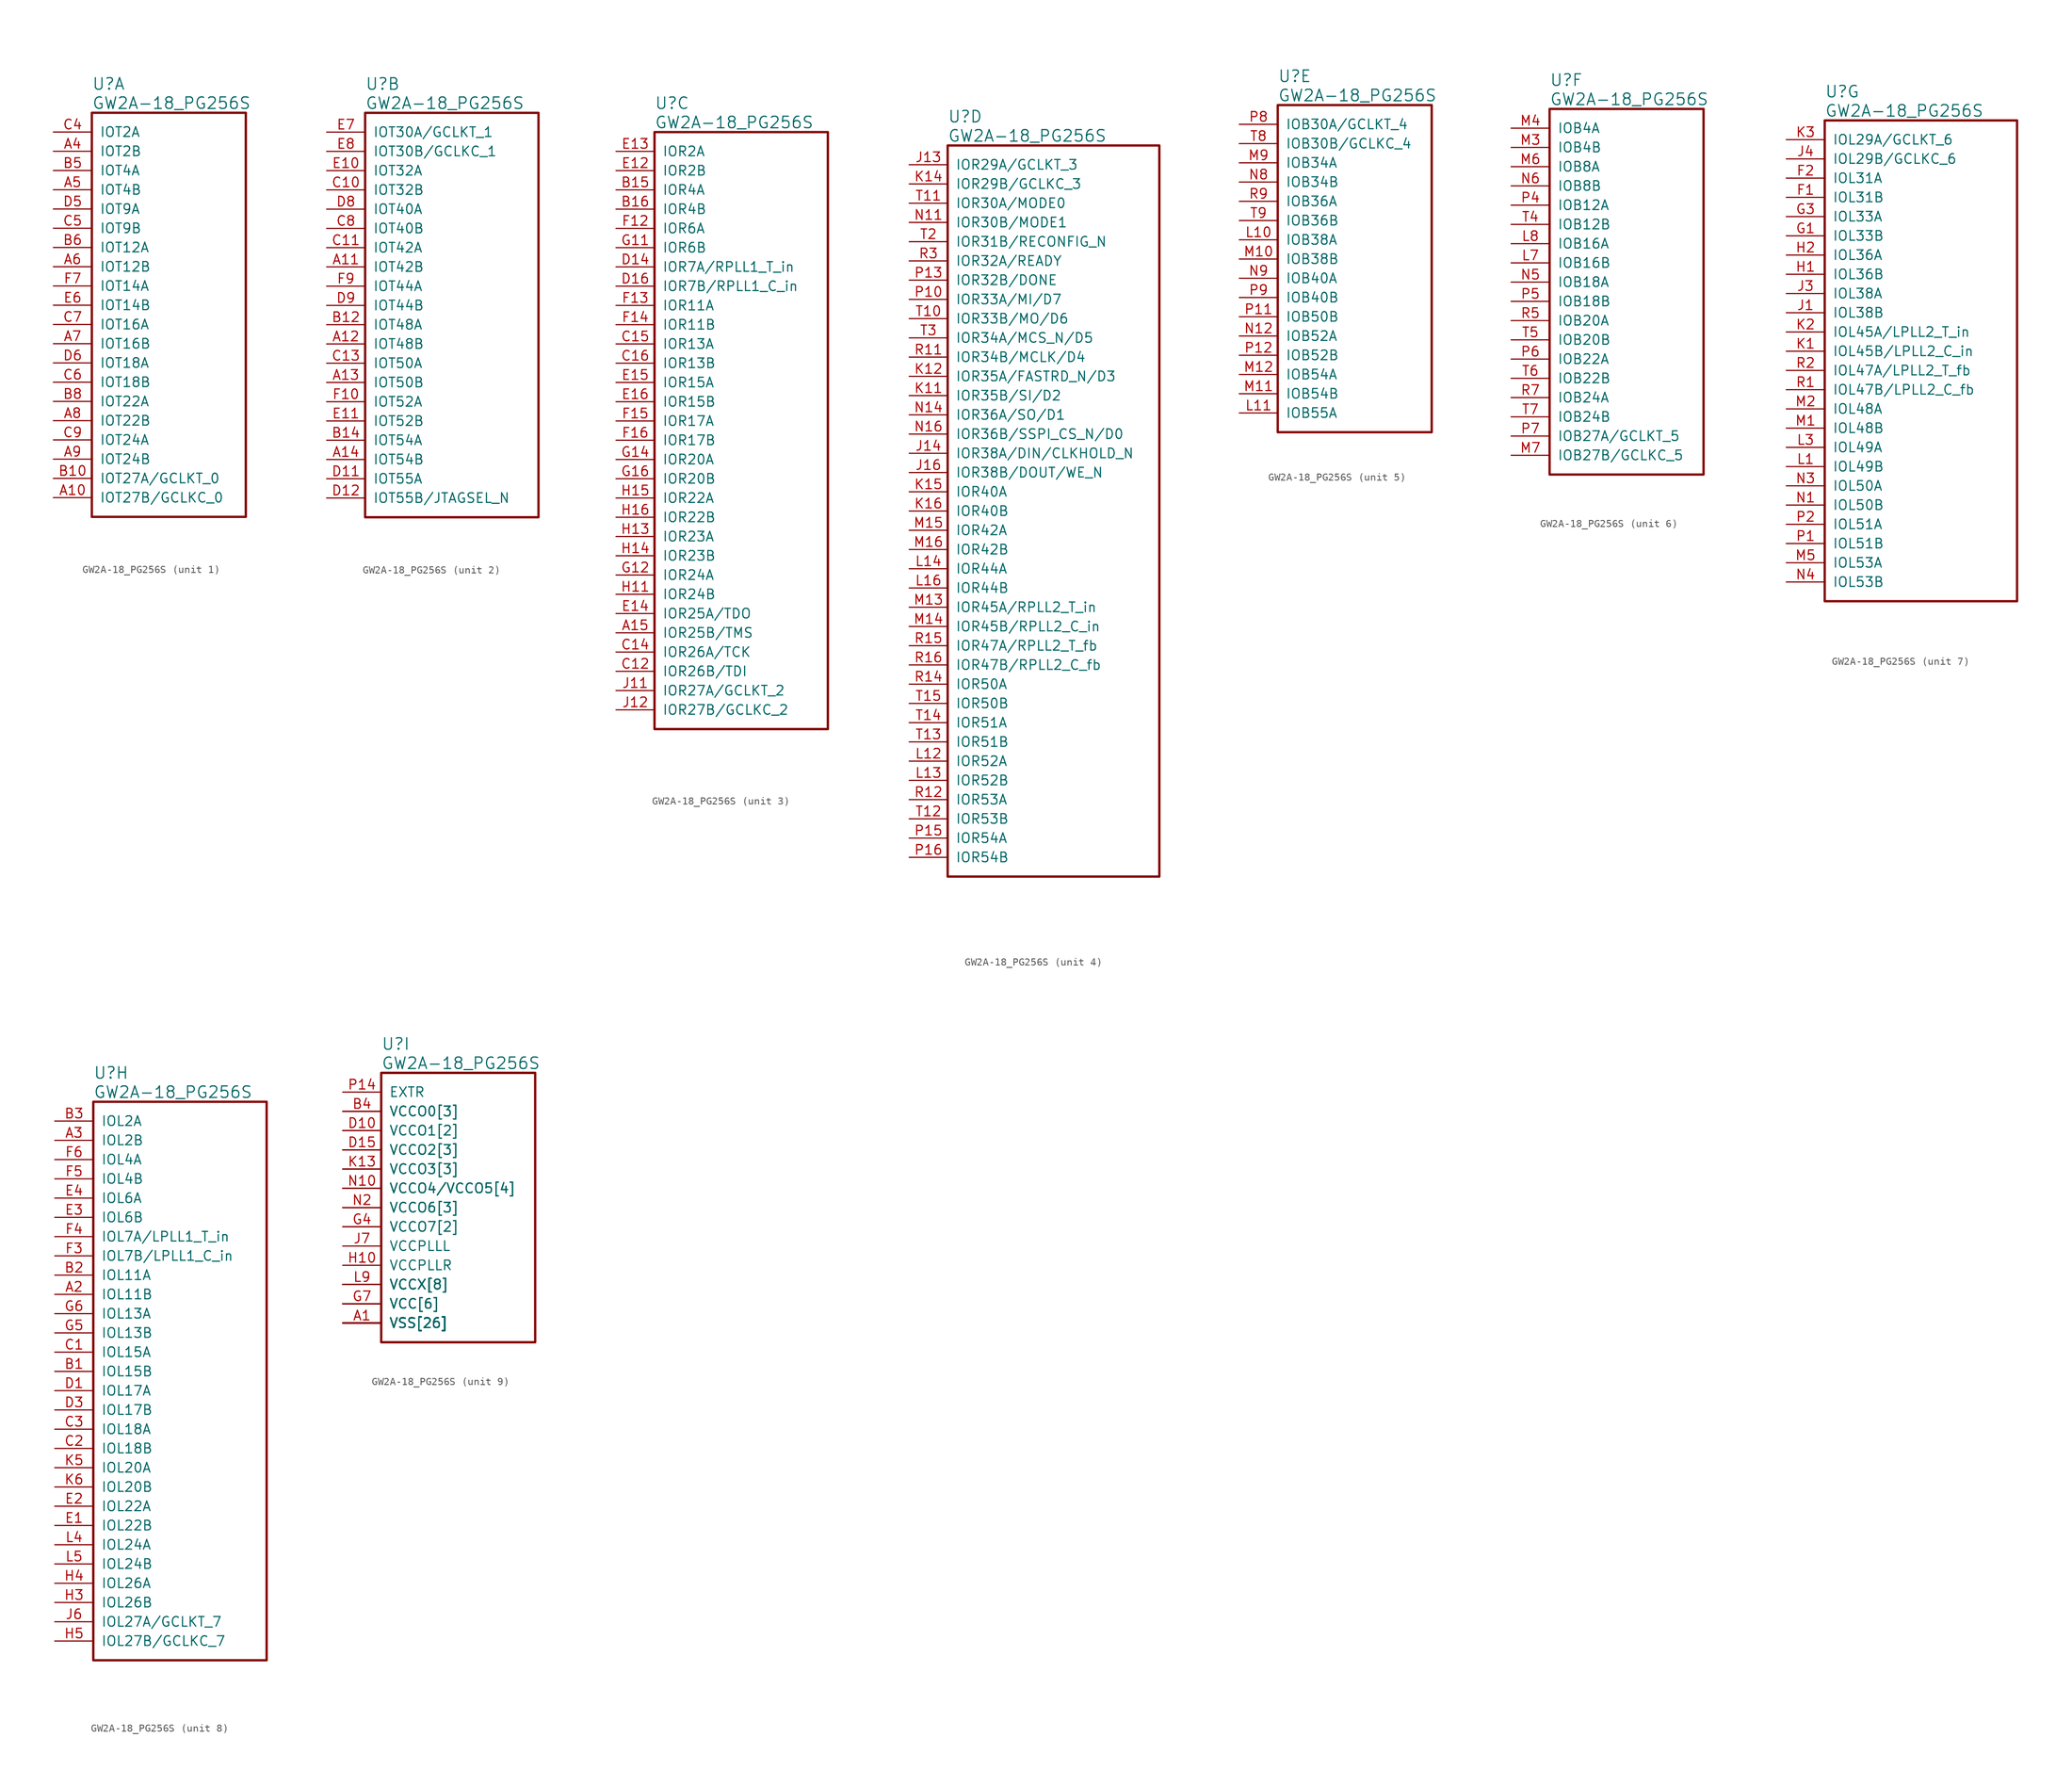
<source format=kicad_sym>
(kicad_symbol_lib
  (version 20220914)
  (generator kicad_symbol_editor)
  (symbol "GW2A-18_PG256S"
    (pin_names
      (offset 1.016))
    (property "Reference" "U"
      (at 5.08 6.35 0)
      (effects (font (size 1.524 1.524)) (justify left)))
    (property "Value" "GW2A-18_PG256S"
      (at 5.08 3.81 0)
      (effects (font (size 1.524 1.524)) (justify left)))
    (property "ki_locked" ""
      (at 0 0 0)
      (effects (font (size 1.27 1.27))))
    (symbol "GW2A-18_PG256S_1_1"
      (rectangle (start 5.08 2.54) (end 25.4 -50.8) (stroke (width 0.305) (type solid)) (fill (type none)))
      (pin bidirectional line (at 0 -48.26 0) (length 5.08) (name "IOT27B/GCLKC_0" (effects (font (size 1.27 1.27)))) (number "A10" (effects (font (size 1.27 1.27)))))
      (pin bidirectional line (at 0 -2.54 0) (length 5.08) (name "IOT2B" (effects (font (size 1.27 1.27)))) (number "A4" (effects (font (size 1.27 1.27)))))
      (pin bidirectional line (at 0 -7.62 0) (length 5.08) (name "IOT4B" (effects (font (size 1.27 1.27)))) (number "A5" (effects (font (size 1.27 1.27)))))
      (pin bidirectional line (at 0 -17.78 0) (length 5.08) (name "IOT12B" (effects (font (size 1.27 1.27)))) (number "A6" (effects (font (size 1.27 1.27)))))
      (pin bidirectional line (at 0 -27.94 0) (length 5.08) (name "IOT16B" (effects (font (size 1.27 1.27)))) (number "A7" (effects (font (size 1.27 1.27)))))
      (pin bidirectional line (at 0 -38.1 0) (length 5.08) (name "IOT22B" (effects (font (size 1.27 1.27)))) (number "A8" (effects (font (size 1.27 1.27)))))
      (pin bidirectional line (at 0 -43.18 0) (length 5.08) (name "IOT24B" (effects (font (size 1.27 1.27)))) (number "A9" (effects (font (size 1.27 1.27)))))
      (pin bidirectional line (at 0 -45.72 0) (length 5.08) (name "IOT27A/GCLKT_0" (effects (font (size 1.27 1.27)))) (number "B10" (effects (font (size 1.27 1.27)))))
      (pin bidirectional line (at 0 -5.08 0) (length 5.08) (name "IOT4A" (effects (font (size 1.27 1.27)))) (number "B5" (effects (font (size 1.27 1.27)))))
      (pin bidirectional line (at 0 -15.24 0) (length 5.08) (name "IOT12A" (effects (font (size 1.27 1.27)))) (number "B6" (effects (font (size 1.27 1.27)))))
      (pin bidirectional line (at 0 -35.56 0) (length 5.08) (name "IOT22A" (effects (font (size 1.27 1.27)))) (number "B8" (effects (font (size 1.27 1.27)))))
      (pin bidirectional line (at 0 0 0) (length 5.08) (name "IOT2A" (effects (font (size 1.27 1.27)))) (number "C4" (effects (font (size 1.27 1.27)))))
      (pin bidirectional line (at 0 -12.7 0) (length 5.08) (name "IOT9B" (effects (font (size 1.27 1.27)))) (number "C5" (effects (font (size 1.27 1.27)))))
      (pin bidirectional line (at 0 -33.02 0) (length 5.08) (name "IOT18B" (effects (font (size 1.27 1.27)))) (number "C6" (effects (font (size 1.27 1.27)))))
      (pin bidirectional line (at 0 -25.4 0) (length 5.08) (name "IOT16A" (effects (font (size 1.27 1.27)))) (number "C7" (effects (font (size 1.27 1.27)))))
      (pin bidirectional line (at 0 -40.64 0) (length 5.08) (name "IOT24A" (effects (font (size 1.27 1.27)))) (number "C9" (effects (font (size 1.27 1.27)))))
      (pin bidirectional line (at 0 -10.16 0) (length 5.08) (name "IOT9A" (effects (font (size 1.27 1.27)))) (number "D5" (effects (font (size 1.27 1.27)))))
      (pin bidirectional line (at 0 -30.48 0) (length 5.08) (name "IOT18A" (effects (font (size 1.27 1.27)))) (number "D6" (effects (font (size 1.27 1.27)))))
      (pin bidirectional line (at 0 -22.86 0) (length 5.08) (name "IOT14B" (effects (font (size 1.27 1.27)))) (number "E6" (effects (font (size 1.27 1.27)))))
      (pin bidirectional line (at 0 -20.32 0) (length 5.08) (name "IOT14A" (effects (font (size 1.27 1.27)))) (number "F7" (effects (font (size 1.27 1.27))))))
    (symbol "GW2A-18_PG256S_2_1"
      (rectangle (start 5.08 2.54) (end 27.94 -50.8) (stroke (width 0.305) (type solid)) (fill (type none)))
      (pin bidirectional line (at 0 -17.78 0) (length 5.08) (name "IOT42B" (effects (font (size 1.27 1.27)))) (number "A11" (effects (font (size 1.27 1.27)))))
      (pin bidirectional line (at 0 -27.94 0) (length 5.08) (name "IOT48B" (effects (font (size 1.27 1.27)))) (number "A12" (effects (font (size 1.27 1.27)))))
      (pin bidirectional line (at 0 -33.02 0) (length 5.08) (name "IOT50B" (effects (font (size 1.27 1.27)))) (number "A13" (effects (font (size 1.27 1.27)))))
      (pin bidirectional line (at 0 -43.18 0) (length 5.08) (name "IOT54B" (effects (font (size 1.27 1.27)))) (number "A14" (effects (font (size 1.27 1.27)))))
      (pin bidirectional line (at 0 -25.4 0) (length 5.08) (name "IOT48A" (effects (font (size 1.27 1.27)))) (number "B12" (effects (font (size 1.27 1.27)))))
      (pin bidirectional line (at 0 -40.64 0) (length 5.08) (name "IOT54A" (effects (font (size 1.27 1.27)))) (number "B14" (effects (font (size 1.27 1.27)))))
      (pin bidirectional line (at 0 -7.62 0) (length 5.08) (name "IOT32B" (effects (font (size 1.27 1.27)))) (number "C10" (effects (font (size 1.27 1.27)))))
      (pin bidirectional line (at 0 -15.24 0) (length 5.08) (name "IOT42A" (effects (font (size 1.27 1.27)))) (number "C11" (effects (font (size 1.27 1.27)))))
      (pin bidirectional line (at 0 -30.48 0) (length 5.08) (name "IOT50A" (effects (font (size 1.27 1.27)))) (number "C13" (effects (font (size 1.27 1.27)))))
      (pin bidirectional line (at 0 -12.7 0) (length 5.08) (name "IOT40B" (effects (font (size 1.27 1.27)))) (number "C8" (effects (font (size 1.27 1.27)))))
      (pin bidirectional line (at 0 -45.72 0) (length 5.08) (name "IOT55A" (effects (font (size 1.27 1.27)))) (number "D11" (effects (font (size 1.27 1.27)))))
      (pin bidirectional line (at 0 -48.26 0) (length 5.08) (name "IOT55B/JTAGSEL_N" (effects (font (size 1.27 1.27)))) (number "D12" (effects (font (size 1.27 1.27)))))
      (pin bidirectional line (at 0 -10.16 0) (length 5.08) (name "IOT40A" (effects (font (size 1.27 1.27)))) (number "D8" (effects (font (size 1.27 1.27)))))
      (pin bidirectional line (at 0 -22.86 0) (length 5.08) (name "IOT44B" (effects (font (size 1.27 1.27)))) (number "D9" (effects (font (size 1.27 1.27)))))
      (pin bidirectional line (at 0 -5.08 0) (length 5.08) (name "IOT32A" (effects (font (size 1.27 1.27)))) (number "E10" (effects (font (size 1.27 1.27)))))
      (pin bidirectional line (at 0 -38.1 0) (length 5.08) (name "IOT52B" (effects (font (size 1.27 1.27)))) (number "E11" (effects (font (size 1.27 1.27)))))
      (pin bidirectional line (at 0 0 0) (length 5.08) (name "IOT30A/GCLKT_1" (effects (font (size 1.27 1.27)))) (number "E7" (effects (font (size 1.27 1.27)))))
      (pin bidirectional line (at 0 -2.54 0) (length 5.08) (name "IOT30B/GCLKC_1" (effects (font (size 1.27 1.27)))) (number "E8" (effects (font (size 1.27 1.27)))))
      (pin bidirectional line (at 0 -35.56 0) (length 5.08) (name "IOT52A" (effects (font (size 1.27 1.27)))) (number "F10" (effects (font (size 1.27 1.27)))))
      (pin bidirectional line (at 0 -20.32 0) (length 5.08) (name "IOT44A" (effects (font (size 1.27 1.27)))) (number "F9" (effects (font (size 1.27 1.27))))))
    (symbol "GW2A-18_PG256S_3_1"
      (rectangle (start 5.08 2.54) (end 27.94 -76.2) (stroke (width 0.305) (type solid)) (fill (type none)))
      (pin bidirectional line (at 0 -63.5 0) (length 5.08) (name "IOR25B/TMS" (effects (font (size 1.27 1.27)))) (number "A15" (effects (font (size 1.27 1.27)))))
      (pin bidirectional line (at 0 -5.08 0) (length 5.08) (name "IOR4A" (effects (font (size 1.27 1.27)))) (number "B15" (effects (font (size 1.27 1.27)))))
      (pin bidirectional line (at 0 -7.62 0) (length 5.08) (name "IOR4B" (effects (font (size 1.27 1.27)))) (number "B16" (effects (font (size 1.27 1.27)))))
      (pin bidirectional line (at 0 -68.58 0) (length 5.08) (name "IOR26B/TDI" (effects (font (size 1.27 1.27)))) (number "C12" (effects (font (size 1.27 1.27)))))
      (pin bidirectional line (at 0 -66.04 0) (length 5.08) (name "IOR26A/TCK" (effects (font (size 1.27 1.27)))) (number "C14" (effects (font (size 1.27 1.27)))))
      (pin bidirectional line (at 0 -25.4 0) (length 5.08) (name "IOR13A" (effects (font (size 1.27 1.27)))) (number "C15" (effects (font (size 1.27 1.27)))))
      (pin bidirectional line (at 0 -27.94 0) (length 5.08) (name "IOR13B" (effects (font (size 1.27 1.27)))) (number "C16" (effects (font (size 1.27 1.27)))))
      (pin bidirectional line (at 0 -15.24 0) (length 5.08) (name "IOR7A/RPLL1_T_in" (effects (font (size 1.27 1.27)))) (number "D14" (effects (font (size 1.27 1.27)))))
      (pin bidirectional line (at 0 -17.78 0) (length 5.08) (name "IOR7B/RPLL1_C_in" (effects (font (size 1.27 1.27)))) (number "D16" (effects (font (size 1.27 1.27)))))
      (pin bidirectional line (at 0 -2.54 0) (length 5.08) (name "IOR2B" (effects (font (size 1.27 1.27)))) (number "E12" (effects (font (size 1.27 1.27)))))
      (pin bidirectional line (at 0 0 0) (length 5.08) (name "IOR2A" (effects (font (size 1.27 1.27)))) (number "E13" (effects (font (size 1.27 1.27)))))
      (pin bidirectional line (at 0 -60.96 0) (length 5.08) (name "IOR25A/TDO" (effects (font (size 1.27 1.27)))) (number "E14" (effects (font (size 1.27 1.27)))))
      (pin bidirectional line (at 0 -30.48 0) (length 5.08) (name "IOR15A" (effects (font (size 1.27 1.27)))) (number "E15" (effects (font (size 1.27 1.27)))))
      (pin bidirectional line (at 0 -33.02 0) (length 5.08) (name "IOR15B" (effects (font (size 1.27 1.27)))) (number "E16" (effects (font (size 1.27 1.27)))))
      (pin bidirectional line (at 0 -10.16 0) (length 5.08) (name "IOR6A" (effects (font (size 1.27 1.27)))) (number "F12" (effects (font (size 1.27 1.27)))))
      (pin bidirectional line (at 0 -20.32 0) (length 5.08) (name "IOR11A" (effects (font (size 1.27 1.27)))) (number "F13" (effects (font (size 1.27 1.27)))))
      (pin bidirectional line (at 0 -22.86 0) (length 5.08) (name "IOR11B" (effects (font (size 1.27 1.27)))) (number "F14" (effects (font (size 1.27 1.27)))))
      (pin bidirectional line (at 0 -35.56 0) (length 5.08) (name "IOR17A" (effects (font (size 1.27 1.27)))) (number "F15" (effects (font (size 1.27 1.27)))))
      (pin bidirectional line (at 0 -38.1 0) (length 5.08) (name "IOR17B" (effects (font (size 1.27 1.27)))) (number "F16" (effects (font (size 1.27 1.27)))))
      (pin bidirectional line (at 0 -12.7 0) (length 5.08) (name "IOR6B" (effects (font (size 1.27 1.27)))) (number "G11" (effects (font (size 1.27 1.27)))))
      (pin bidirectional line (at 0 -55.88 0) (length 5.08) (name "IOR24A" (effects (font (size 1.27 1.27)))) (number "G12" (effects (font (size 1.27 1.27)))))
      (pin bidirectional line (at 0 -40.64 0) (length 5.08) (name "IOR20A" (effects (font (size 1.27 1.27)))) (number "G14" (effects (font (size 1.27 1.27)))))
      (pin bidirectional line (at 0 -43.18 0) (length 5.08) (name "IOR20B" (effects (font (size 1.27 1.27)))) (number "G16" (effects (font (size 1.27 1.27)))))
      (pin bidirectional line (at 0 -58.42 0) (length 5.08) (name "IOR24B" (effects (font (size 1.27 1.27)))) (number "H11" (effects (font (size 1.27 1.27)))))
      (pin bidirectional line (at 0 -50.8 0) (length 5.08) (name "IOR23A" (effects (font (size 1.27 1.27)))) (number "H13" (effects (font (size 1.27 1.27)))))
      (pin bidirectional line (at 0 -53.34 0) (length 5.08) (name "IOR23B" (effects (font (size 1.27 1.27)))) (number "H14" (effects (font (size 1.27 1.27)))))
      (pin bidirectional line (at 0 -45.72 0) (length 5.08) (name "IOR22A" (effects (font (size 1.27 1.27)))) (number "H15" (effects (font (size 1.27 1.27)))))
      (pin bidirectional line (at 0 -48.26 0) (length 5.08) (name "IOR22B" (effects (font (size 1.27 1.27)))) (number "H16" (effects (font (size 1.27 1.27)))))
      (pin bidirectional line (at 0 -71.12 0) (length 5.08) (name "IOR27A/GCLKT_2" (effects (font (size 1.27 1.27)))) (number "J11" (effects (font (size 1.27 1.27)))))
      (pin bidirectional line (at 0 -73.66 0) (length 5.08) (name "IOR27B/GCLKC_2" (effects (font (size 1.27 1.27)))) (number "J12" (effects (font (size 1.27 1.27))))))
    (symbol "GW2A-18_PG256S_4_1"
      (rectangle (start 5.08 2.54) (end 33.02 -93.98) (stroke (width 0.305) (type solid)) (fill (type none)))
      (pin bidirectional line (at 0 0 0) (length 5.08) (name "IOR29A/GCLKT_3" (effects (font (size 1.27 1.27)))) (number "J13" (effects (font (size 1.27 1.27)))))
      (pin bidirectional line (at 0 -38.1 0) (length 5.08) (name "IOR38A/DIN/CLKHOLD_N" (effects (font (size 1.27 1.27)))) (number "J14" (effects (font (size 1.27 1.27)))))
      (pin bidirectional line (at 0 -40.64 0) (length 5.08) (name "IOR38B/DOUT/WE_N" (effects (font (size 1.27 1.27)))) (number "J16" (effects (font (size 1.27 1.27)))))
      (pin bidirectional line (at 0 -30.48 0) (length 5.08) (name "IOR35B/SI/D2" (effects (font (size 1.27 1.27)))) (number "K11" (effects (font (size 1.27 1.27)))))
      (pin bidirectional line (at 0 -27.94 0) (length 5.08) (name "IOR35A/FASTRD_N/D3" (effects (font (size 1.27 1.27)))) (number "K12" (effects (font (size 1.27 1.27)))))
      (pin bidirectional line (at 0 -2.54 0) (length 5.08) (name "IOR29B/GCLKC_3" (effects (font (size 1.27 1.27)))) (number "K14" (effects (font (size 1.27 1.27)))))
      (pin bidirectional line (at 0 -43.18 0) (length 5.08) (name "IOR40A" (effects (font (size 1.27 1.27)))) (number "K15" (effects (font (size 1.27 1.27)))))
      (pin bidirectional line (at 0 -45.72 0) (length 5.08) (name "IOR40B" (effects (font (size 1.27 1.27)))) (number "K16" (effects (font (size 1.27 1.27)))))
      (pin bidirectional line (at 0 -78.74 0) (length 5.08) (name "IOR52A" (effects (font (size 1.27 1.27)))) (number "L12" (effects (font (size 1.27 1.27)))))
      (pin bidirectional line (at 0 -81.28 0) (length 5.08) (name "IOR52B" (effects (font (size 1.27 1.27)))) (number "L13" (effects (font (size 1.27 1.27)))))
      (pin bidirectional line (at 0 -53.34 0) (length 5.08) (name "IOR44A" (effects (font (size 1.27 1.27)))) (number "L14" (effects (font (size 1.27 1.27)))))
      (pin bidirectional line (at 0 -55.88 0) (length 5.08) (name "IOR44B" (effects (font (size 1.27 1.27)))) (number "L16" (effects (font (size 1.27 1.27)))))
      (pin bidirectional line (at 0 -58.42 0) (length 5.08) (name "IOR45A/RPLL2_T_in" (effects (font (size 1.27 1.27)))) (number "M13" (effects (font (size 1.27 1.27)))))
      (pin bidirectional line (at 0 -60.96 0) (length 5.08) (name "IOR45B/RPLL2_C_in" (effects (font (size 1.27 1.27)))) (number "M14" (effects (font (size 1.27 1.27)))))
      (pin bidirectional line (at 0 -48.26 0) (length 5.08) (name "IOR42A" (effects (font (size 1.27 1.27)))) (number "M15" (effects (font (size 1.27 1.27)))))
      (pin bidirectional line (at 0 -50.8 0) (length 5.08) (name "IOR42B" (effects (font (size 1.27 1.27)))) (number "M16" (effects (font (size 1.27 1.27)))))
      (pin bidirectional line (at 0 -7.62 0) (length 5.08) (name "IOR30B/MODE1" (effects (font (size 1.27 1.27)))) (number "N11" (effects (font (size 1.27 1.27)))))
      (pin bidirectional line (at 0 -33.02 0) (length 5.08) (name "IOR36A/SO/D1" (effects (font (size 1.27 1.27)))) (number "N14" (effects (font (size 1.27 1.27)))))
      (pin bidirectional line (at 0 -35.56 0) (length 5.08) (name "IOR36B/SSPI_CS_N/D0" (effects (font (size 1.27 1.27)))) (number "N16" (effects (font (size 1.27 1.27)))))
      (pin bidirectional line (at 0 -17.78 0) (length 5.08) (name "IOR33A/MI/D7" (effects (font (size 1.27 1.27)))) (number "P10" (effects (font (size 1.27 1.27)))))
      (pin bidirectional line (at 0 -15.24 0) (length 5.08) (name "IOR32B/DONE" (effects (font (size 1.27 1.27)))) (number "P13" (effects (font (size 1.27 1.27)))))
      (pin bidirectional line (at 0 -88.9 0) (length 5.08) (name "IOR54A" (effects (font (size 1.27 1.27)))) (number "P15" (effects (font (size 1.27 1.27)))))
      (pin bidirectional line (at 0 -91.44 0) (length 5.08) (name "IOR54B" (effects (font (size 1.27 1.27)))) (number "P16" (effects (font (size 1.27 1.27)))))
      (pin bidirectional line (at 0 -25.4 0) (length 5.08) (name "IOR34B/MCLK/D4" (effects (font (size 1.27 1.27)))) (number "R11" (effects (font (size 1.27 1.27)))))
      (pin bidirectional line (at 0 -83.82 0) (length 5.08) (name "IOR53A" (effects (font (size 1.27 1.27)))) (number "R12" (effects (font (size 1.27 1.27)))))
      (pin bidirectional line (at 0 -68.58 0) (length 5.08) (name "IOR50A" (effects (font (size 1.27 1.27)))) (number "R14" (effects (font (size 1.27 1.27)))))
      (pin bidirectional line (at 0 -63.5 0) (length 5.08) (name "IOR47A/RPLL2_T_fb" (effects (font (size 1.27 1.27)))) (number "R15" (effects (font (size 1.27 1.27)))))
      (pin bidirectional line (at 0 -66.04 0) (length 5.08) (name "IOR47B/RPLL2_C_fb" (effects (font (size 1.27 1.27)))) (number "R16" (effects (font (size 1.27 1.27)))))
      (pin bidirectional line (at 0 -12.7 0) (length 5.08) (name "IOR32A/READY" (effects (font (size 1.27 1.27)))) (number "R3" (effects (font (size 1.27 1.27)))))
      (pin bidirectional line (at 0 -20.32 0) (length 5.08) (name "IOR33B/MO/D6" (effects (font (size 1.27 1.27)))) (number "T10" (effects (font (size 1.27 1.27)))))
      (pin bidirectional line (at 0 -5.08 0) (length 5.08) (name "IOR30A/MODE0" (effects (font (size 1.27 1.27)))) (number "T11" (effects (font (size 1.27 1.27)))))
      (pin bidirectional line (at 0 -86.36 0) (length 5.08) (name "IOR53B" (effects (font (size 1.27 1.27)))) (number "T12" (effects (font (size 1.27 1.27)))))
      (pin bidirectional line (at 0 -76.2 0) (length 5.08) (name "IOR51B" (effects (font (size 1.27 1.27)))) (number "T13" (effects (font (size 1.27 1.27)))))
      (pin bidirectional line (at 0 -73.66 0) (length 5.08) (name "IOR51A" (effects (font (size 1.27 1.27)))) (number "T14" (effects (font (size 1.27 1.27)))))
      (pin bidirectional line (at 0 -71.12 0) (length 5.08) (name "IOR50B" (effects (font (size 1.27 1.27)))) (number "T15" (effects (font (size 1.27 1.27)))))
      (pin bidirectional line (at 0 -10.16 0) (length 5.08) (name "IOR31B/RECONFIG_N" (effects (font (size 1.27 1.27)))) (number "T2" (effects (font (size 1.27 1.27)))))
      (pin bidirectional line (at 0 -22.86 0) (length 5.08) (name "IOR34A/MCS_N/D5" (effects (font (size 1.27 1.27)))) (number "T3" (effects (font (size 1.27 1.27))))))
    (symbol "GW2A-18_PG256S_5_1"
      (rectangle (start 5.08 2.54) (end 25.4 -40.64) (stroke (width 0.305) (type solid)) (fill (type none)))
      (pin bidirectional line (at 0 -15.24 0) (length 5.08) (name "IOB38A" (effects (font (size 1.27 1.27)))) (number "L10" (effects (font (size 1.27 1.27)))))
      (pin bidirectional line (at 0 -38.1 0) (length 5.08) (name "IOB55A" (effects (font (size 1.27 1.27)))) (number "L11" (effects (font (size 1.27 1.27)))))
      (pin bidirectional line (at 0 -17.78 0) (length 5.08) (name "IOB38B" (effects (font (size 1.27 1.27)))) (number "M10" (effects (font (size 1.27 1.27)))))
      (pin bidirectional line (at 0 -35.56 0) (length 5.08) (name "IOB54B" (effects (font (size 1.27 1.27)))) (number "M11" (effects (font (size 1.27 1.27)))))
      (pin bidirectional line (at 0 -33.02 0) (length 5.08) (name "IOB54A" (effects (font (size 1.27 1.27)))) (number "M12" (effects (font (size 1.27 1.27)))))
      (pin bidirectional line (at 0 -5.08 0) (length 5.08) (name "IOB34A" (effects (font (size 1.27 1.27)))) (number "M9" (effects (font (size 1.27 1.27)))))
      (pin bidirectional line (at 0 -27.94 0) (length 5.08) (name "IOB52A" (effects (font (size 1.27 1.27)))) (number "N12" (effects (font (size 1.27 1.27)))))
      (pin bidirectional line (at 0 -7.62 0) (length 5.08) (name "IOB34B" (effects (font (size 1.27 1.27)))) (number "N8" (effects (font (size 1.27 1.27)))))
      (pin bidirectional line (at 0 -20.32 0) (length 5.08) (name "IOB40A" (effects (font (size 1.27 1.27)))) (number "N9" (effects (font (size 1.27 1.27)))))
      (pin bidirectional line (at 0 -25.4 0) (length 5.08) (name "IOB50B" (effects (font (size 1.27 1.27)))) (number "P11" (effects (font (size 1.27 1.27)))))
      (pin bidirectional line (at 0 -30.48 0) (length 5.08) (name "IOB52B" (effects (font (size 1.27 1.27)))) (number "P12" (effects (font (size 1.27 1.27)))))
      (pin bidirectional line (at 0 0 0) (length 5.08) (name "IOB30A/GCLKT_4" (effects (font (size 1.27 1.27)))) (number "P8" (effects (font (size 1.27 1.27)))))
      (pin bidirectional line (at 0 -22.86 0) (length 5.08) (name "IOB40B" (effects (font (size 1.27 1.27)))) (number "P9" (effects (font (size 1.27 1.27)))))
      (pin bidirectional line (at 0 -10.16 0) (length 5.08) (name "IOB36A" (effects (font (size 1.27 1.27)))) (number "R9" (effects (font (size 1.27 1.27)))))
      (pin bidirectional line (at 0 -2.54 0) (length 5.08) (name "IOB30B/GCLKC_4" (effects (font (size 1.27 1.27)))) (number "T8" (effects (font (size 1.27 1.27)))))
      (pin bidirectional line (at 0 -12.7 0) (length 5.08) (name "IOB36B" (effects (font (size 1.27 1.27)))) (number "T9" (effects (font (size 1.27 1.27))))))
    (symbol "GW2A-18_PG256S_6_1"
      (rectangle (start 5.08 2.54) (end 25.4 -45.72) (stroke (width 0.305) (type solid)) (fill (type none)))
      (pin bidirectional line (at 0 -17.78 0) (length 5.08) (name "IOB16B" (effects (font (size 1.27 1.27)))) (number "L7" (effects (font (size 1.27 1.27)))))
      (pin bidirectional line (at 0 -15.24 0) (length 5.08) (name "IOB16A" (effects (font (size 1.27 1.27)))) (number "L8" (effects (font (size 1.27 1.27)))))
      (pin bidirectional line (at 0 -2.54 0) (length 5.08) (name "IOB4B" (effects (font (size 1.27 1.27)))) (number "M3" (effects (font (size 1.27 1.27)))))
      (pin bidirectional line (at 0 0 0) (length 5.08) (name "IOB4A" (effects (font (size 1.27 1.27)))) (number "M4" (effects (font (size 1.27 1.27)))))
      (pin bidirectional line (at 0 -5.08 0) (length 5.08) (name "IOB8A" (effects (font (size 1.27 1.27)))) (number "M6" (effects (font (size 1.27 1.27)))))
      (pin bidirectional line (at 0 -43.18 0) (length 5.08) (name "IOB27B/GCLKC_5" (effects (font (size 1.27 1.27)))) (number "M7" (effects (font (size 1.27 1.27)))))
      (pin bidirectional line (at 0 -20.32 0) (length 5.08) (name "IOB18A" (effects (font (size 1.27 1.27)))) (number "N5" (effects (font (size 1.27 1.27)))))
      (pin bidirectional line (at 0 -7.62 0) (length 5.08) (name "IOB8B" (effects (font (size 1.27 1.27)))) (number "N6" (effects (font (size 1.27 1.27)))))
      (pin bidirectional line (at 0 -10.16 0) (length 5.08) (name "IOB12A" (effects (font (size 1.27 1.27)))) (number "P4" (effects (font (size 1.27 1.27)))))
      (pin bidirectional line (at 0 -22.86 0) (length 5.08) (name "IOB18B" (effects (font (size 1.27 1.27)))) (number "P5" (effects (font (size 1.27 1.27)))))
      (pin bidirectional line (at 0 -30.48 0) (length 5.08) (name "IOB22A" (effects (font (size 1.27 1.27)))) (number "P6" (effects (font (size 1.27 1.27)))))
      (pin bidirectional line (at 0 -40.64 0) (length 5.08) (name "IOB27A/GCLKT_5" (effects (font (size 1.27 1.27)))) (number "P7" (effects (font (size 1.27 1.27)))))
      (pin bidirectional line (at 0 -25.4 0) (length 5.08) (name "IOB20A" (effects (font (size 1.27 1.27)))) (number "R5" (effects (font (size 1.27 1.27)))))
      (pin bidirectional line (at 0 -35.56 0) (length 5.08) (name "IOB24A" (effects (font (size 1.27 1.27)))) (number "R7" (effects (font (size 1.27 1.27)))))
      (pin bidirectional line (at 0 -12.7 0) (length 5.08) (name "IOB12B" (effects (font (size 1.27 1.27)))) (number "T4" (effects (font (size 1.27 1.27)))))
      (pin bidirectional line (at 0 -27.94 0) (length 5.08) (name "IOB20B" (effects (font (size 1.27 1.27)))) (number "T5" (effects (font (size 1.27 1.27)))))
      (pin bidirectional line (at 0 -33.02 0) (length 5.08) (name "IOB22B" (effects (font (size 1.27 1.27)))) (number "T6" (effects (font (size 1.27 1.27)))))
      (pin bidirectional line (at 0 -38.1 0) (length 5.08) (name "IOB24B" (effects (font (size 1.27 1.27)))) (number "T7" (effects (font (size 1.27 1.27))))))
    (symbol "GW2A-18_PG256S_7_1"
      (rectangle (start 5.08 2.54) (end 30.48 -60.96) (stroke (width 0.305) (type solid)) (fill (type none)))
      (pin bidirectional line (at 0 -7.62 0) (length 5.08) (name "IOL31B" (effects (font (size 1.27 1.27)))) (number "F1" (effects (font (size 1.27 1.27)))))
      (pin bidirectional line (at 0 -5.08 0) (length 5.08) (name "IOL31A" (effects (font (size 1.27 1.27)))) (number "F2" (effects (font (size 1.27 1.27)))))
      (pin bidirectional line (at 0 -12.7 0) (length 5.08) (name "IOL33B" (effects (font (size 1.27 1.27)))) (number "G1" (effects (font (size 1.27 1.27)))))
      (pin bidirectional line (at 0 -10.16 0) (length 5.08) (name "IOL33A" (effects (font (size 1.27 1.27)))) (number "G3" (effects (font (size 1.27 1.27)))))
      (pin bidirectional line (at 0 -17.78 0) (length 5.08) (name "IOL36B" (effects (font (size 1.27 1.27)))) (number "H1" (effects (font (size 1.27 1.27)))))
      (pin bidirectional line (at 0 -15.24 0) (length 5.08) (name "IOL36A" (effects (font (size 1.27 1.27)))) (number "H2" (effects (font (size 1.27 1.27)))))
      (pin bidirectional line (at 0 -22.86 0) (length 5.08) (name "IOL38B" (effects (font (size 1.27 1.27)))) (number "J1" (effects (font (size 1.27 1.27)))))
      (pin bidirectional line (at 0 -20.32 0) (length 5.08) (name "IOL38A" (effects (font (size 1.27 1.27)))) (number "J3" (effects (font (size 1.27 1.27)))))
      (pin bidirectional line (at 0 -2.54 0) (length 5.08) (name "IOL29B/GCLKC_6" (effects (font (size 1.27 1.27)))) (number "J4" (effects (font (size 1.27 1.27)))))
      (pin bidirectional line (at 0 -27.94 0) (length 5.08) (name "IOL45B/LPLL2_C_in" (effects (font (size 1.27 1.27)))) (number "K1" (effects (font (size 1.27 1.27)))))
      (pin bidirectional line (at 0 -25.4 0) (length 5.08) (name "IOL45A/LPLL2_T_in" (effects (font (size 1.27 1.27)))) (number "K2" (effects (font (size 1.27 1.27)))))
      (pin bidirectional line (at 0 0 0) (length 5.08) (name "IOL29A/GCLKT_6" (effects (font (size 1.27 1.27)))) (number "K3" (effects (font (size 1.27 1.27)))))
      (pin bidirectional line (at 0 -43.18 0) (length 5.08) (name "IOL49B" (effects (font (size 1.27 1.27)))) (number "L1" (effects (font (size 1.27 1.27)))))
      (pin bidirectional line (at 0 -40.64 0) (length 5.08) (name "IOL49A" (effects (font (size 1.27 1.27)))) (number "L3" (effects (font (size 1.27 1.27)))))
      (pin bidirectional line (at 0 -38.1 0) (length 5.08) (name "IOL48B" (effects (font (size 1.27 1.27)))) (number "M1" (effects (font (size 1.27 1.27)))))
      (pin bidirectional line (at 0 -35.56 0) (length 5.08) (name "IOL48A" (effects (font (size 1.27 1.27)))) (number "M2" (effects (font (size 1.27 1.27)))))
      (pin bidirectional line (at 0 -55.88 0) (length 5.08) (name "IOL53A" (effects (font (size 1.27 1.27)))) (number "M5" (effects (font (size 1.27 1.27)))))
      (pin bidirectional line (at 0 -48.26 0) (length 5.08) (name "IOL50B" (effects (font (size 1.27 1.27)))) (number "N1" (effects (font (size 1.27 1.27)))))
      (pin bidirectional line (at 0 -45.72 0) (length 5.08) (name "IOL50A" (effects (font (size 1.27 1.27)))) (number "N3" (effects (font (size 1.27 1.27)))))
      (pin bidirectional line (at 0 -58.42 0) (length 5.08) (name "IOL53B" (effects (font (size 1.27 1.27)))) (number "N4" (effects (font (size 1.27 1.27)))))
      (pin bidirectional line (at 0 -53.34 0) (length 5.08) (name "IOL51B" (effects (font (size 1.27 1.27)))) (number "P1" (effects (font (size 1.27 1.27)))))
      (pin bidirectional line (at 0 -50.8 0) (length 5.08) (name "IOL51A" (effects (font (size 1.27 1.27)))) (number "P2" (effects (font (size 1.27 1.27)))))
      (pin bidirectional line (at 0 -33.02 0) (length 5.08) (name "IOL47B/LPLL2_C_fb" (effects (font (size 1.27 1.27)))) (number "R1" (effects (font (size 1.27 1.27)))))
      (pin bidirectional line (at 0 -30.48 0) (length 5.08) (name "IOL47A/LPLL2_T_fb" (effects (font (size 1.27 1.27)))) (number "R2" (effects (font (size 1.27 1.27))))))
    (symbol "GW2A-18_PG256S_8_1"
      (rectangle (start 5.08 2.54) (end 27.94 -71.12) (stroke (width 0.305) (type solid)) (fill (type none)))
      (pin bidirectional line (at 0 -22.86 0) (length 5.08) (name "IOL11B" (effects (font (size 1.27 1.27)))) (number "A2" (effects (font (size 1.27 1.27)))))
      (pin bidirectional line (at 0 -2.54 0) (length 5.08) (name "IOL2B" (effects (font (size 1.27 1.27)))) (number "A3" (effects (font (size 1.27 1.27)))))
      (pin bidirectional line (at 0 -33.02 0) (length 5.08) (name "IOL15B" (effects (font (size 1.27 1.27)))) (number "B1" (effects (font (size 1.27 1.27)))))
      (pin bidirectional line (at 0 -20.32 0) (length 5.08) (name "IOL11A" (effects (font (size 1.27 1.27)))) (number "B2" (effects (font (size 1.27 1.27)))))
      (pin bidirectional line (at 0 0 0) (length 5.08) (name "IOL2A" (effects (font (size 1.27 1.27)))) (number "B3" (effects (font (size 1.27 1.27)))))
      (pin bidirectional line (at 0 -30.48 0) (length 5.08) (name "IOL15A" (effects (font (size 1.27 1.27)))) (number "C1" (effects (font (size 1.27 1.27)))))
      (pin bidirectional line (at 0 -43.18 0) (length 5.08) (name "IOL18B" (effects (font (size 1.27 1.27)))) (number "C2" (effects (font (size 1.27 1.27)))))
      (pin bidirectional line (at 0 -40.64 0) (length 5.08) (name "IOL18A" (effects (font (size 1.27 1.27)))) (number "C3" (effects (font (size 1.27 1.27)))))
      (pin bidirectional line (at 0 -35.56 0) (length 5.08) (name "IOL17A" (effects (font (size 1.27 1.27)))) (number "D1" (effects (font (size 1.27 1.27)))))
      (pin bidirectional line (at 0 -38.1 0) (length 5.08) (name "IOL17B" (effects (font (size 1.27 1.27)))) (number "D3" (effects (font (size 1.27 1.27)))))
      (pin bidirectional line (at 0 -53.34 0) (length 5.08) (name "IOL22B" (effects (font (size 1.27 1.27)))) (number "E1" (effects (font (size 1.27 1.27)))))
      (pin bidirectional line (at 0 -50.8 0) (length 5.08) (name "IOL22A" (effects (font (size 1.27 1.27)))) (number "E2" (effects (font (size 1.27 1.27)))))
      (pin bidirectional line (at 0 -12.7 0) (length 5.08) (name "IOL6B" (effects (font (size 1.27 1.27)))) (number "E3" (effects (font (size 1.27 1.27)))))
      (pin bidirectional line (at 0 -10.16 0) (length 5.08) (name "IOL6A" (effects (font (size 1.27 1.27)))) (number "E4" (effects (font (size 1.27 1.27)))))
      (pin bidirectional line (at 0 -17.78 0) (length 5.08) (name "IOL7B/LPLL1_C_in" (effects (font (size 1.27 1.27)))) (number "F3" (effects (font (size 1.27 1.27)))))
      (pin bidirectional line (at 0 -15.24 0) (length 5.08) (name "IOL7A/LPLL1_T_in" (effects (font (size 1.27 1.27)))) (number "F4" (effects (font (size 1.27 1.27)))))
      (pin bidirectional line (at 0 -7.62 0) (length 5.08) (name "IOL4B" (effects (font (size 1.27 1.27)))) (number "F5" (effects (font (size 1.27 1.27)))))
      (pin bidirectional line (at 0 -5.08 0) (length 5.08) (name "IOL4A" (effects (font (size 1.27 1.27)))) (number "F6" (effects (font (size 1.27 1.27)))))
      (pin bidirectional line (at 0 -27.94 0) (length 5.08) (name "IOL13B" (effects (font (size 1.27 1.27)))) (number "G5" (effects (font (size 1.27 1.27)))))
      (pin bidirectional line (at 0 -25.4 0) (length 5.08) (name "IOL13A" (effects (font (size 1.27 1.27)))) (number "G6" (effects (font (size 1.27 1.27)))))
      (pin bidirectional line (at 0 -63.5 0) (length 5.08) (name "IOL26B" (effects (font (size 1.27 1.27)))) (number "H3" (effects (font (size 1.27 1.27)))))
      (pin bidirectional line (at 0 -60.96 0) (length 5.08) (name "IOL26A" (effects (font (size 1.27 1.27)))) (number "H4" (effects (font (size 1.27 1.27)))))
      (pin bidirectional line (at 0 -68.58 0) (length 5.08) (name "IOL27B/GCLKC_7" (effects (font (size 1.27 1.27)))) (number "H5" (effects (font (size 1.27 1.27)))))
      (pin bidirectional line (at 0 -66.04 0) (length 5.08) (name "IOL27A/GCLKT_7" (effects (font (size 1.27 1.27)))) (number "J6" (effects (font (size 1.27 1.27)))))
      (pin bidirectional line (at 0 -45.72 0) (length 5.08) (name "IOL20A" (effects (font (size 1.27 1.27)))) (number "K5" (effects (font (size 1.27 1.27)))))
      (pin bidirectional line (at 0 -48.26 0) (length 5.08) (name "IOL20B" (effects (font (size 1.27 1.27)))) (number "K6" (effects (font (size 1.27 1.27)))))
      (pin bidirectional line (at 0 -55.88 0) (length 5.08) (name "IOL24A" (effects (font (size 1.27 1.27)))) (number "L4" (effects (font (size 1.27 1.27)))))
      (pin bidirectional line (at 0 -58.42 0) (length 5.08) (name "IOL24B" (effects (font (size 1.27 1.27)))) (number "L5" (effects (font (size 1.27 1.27))))))
    (symbol "GW2A-18_PG256S_9_1"
      (rectangle (start 5.08 2.54) (end 25.4 -33.02) (stroke (width 0.305) (type solid)) (fill (type none)))
      (pin power_in line (at 0 -30.48 0) (length 5.08) (name "VSS[26]" (effects (font (size 1.27 1.27)))) (number "A1" (effects (font (size 1.27 1.27)))))
      (pin power_in line (at 0 -30.48 0) (length 5.08) (name "VSS[26]" (effects (font (size 1.27 1.27)))) (number "A16" (effects (font (size 0 0)))))
      (pin power_in line (at 0 -30.48 0) (length 5.08) (name "VSS[26]" (effects (font (size 1.27 1.27)))) (number "B11" (effects (font (size 0 0)))))
      (pin power_in line (at 0 -5.08 0) (length 5.08) (name "VCCO1[2]" (effects (font (size 1.27 1.27)))) (number "B13" (effects (font (size 0 0)))))
      (pin power_in line (at 0 -2.54 0) (length 5.08) (name "VCCO0[3]" (effects (font (size 1.27 1.27)))) (number "B4" (effects (font (size 1.27 1.27)))))
      (pin power_in line (at 0 -30.48 0) (length 5.08) (name "VSS[26]" (effects (font (size 1.27 1.27)))) (number "B7" (effects (font (size 0 0)))))
      (pin power_in line (at 0 -2.54 0) (length 5.08) (name "VCCO0[3]" (effects (font (size 1.27 1.27)))) (number "B9" (effects (font (size 0 0)))))
      (pin power_in line (at 0 -5.08 0) (length 5.08) (name "VCCO1[2]" (effects (font (size 1.27 1.27)))) (number "D10" (effects (font (size 1.27 1.27)))))
      (pin power_in line (at 0 -30.48 0) (length 5.08) (name "VSS[26]" (effects (font (size 1.27 1.27)))) (number "D13" (effects (font (size 0 0)))))
      (pin power_in line (at 0 -7.62 0) (length 5.08) (name "VCCO2[3]" (effects (font (size 1.27 1.27)))) (number "D15" (effects (font (size 1.27 1.27)))))
      (pin power_in line (at 0 -17.78 0) (length 5.08) (name "VCCO7[2]" (effects (font (size 1.27 1.27)))) (number "D2" (effects (font (size 0 0)))))
      (pin power_in line (at 0 -30.48 0) (length 5.08) (name "VSS[26]" (effects (font (size 1.27 1.27)))) (number "D4" (effects (font (size 0 0)))))
      (pin power_in line (at 0 -2.54 0) (length 5.08) (name "VCCO0[3]" (effects (font (size 1.27 1.27)))) (number "D7" (effects (font (size 0 0)))))
      (pin power_in line (at 0 -25.4 0) (length 5.08) (name "VCCX[8]" (effects (font (size 1.27 1.27)))) (number "E5" (effects (font (size 0 0)))))
      (pin power_in line (at 0 -30.48 0) (length 5.08) (name "VSS[26]" (effects (font (size 1.27 1.27)))) (number "E9" (effects (font (size 0 0)))))
      (pin power_in line (at 0 -25.4 0) (length 5.08) (name "VCCX[8]" (effects (font (size 1.27 1.27)))) (number "F11" (effects (font (size 0 0)))))
      (pin power_in line (at 0 -25.4 0) (length 5.08) (name "VCCX[8]" (effects (font (size 1.27 1.27)))) (number "F8" (effects (font (size 0 0)))))
      (pin power_in line (at 0 -25.4 0) (length 5.08) (name "VCCX[8]" (effects (font (size 1.27 1.27)))) (number "G10" (effects (font (size 0 0)))))
      (pin power_in line (at 0 -7.62 0) (length 5.08) (name "VCCO2[3]" (effects (font (size 1.27 1.27)))) (number "G13" (effects (font (size 0 0)))))
      (pin power_in line (at 0 -30.48 0) (length 5.08) (name "VSS[26]" (effects (font (size 1.27 1.27)))) (number "G15" (effects (font (size 0 0)))))
      (pin power_in line (at 0 -30.48 0) (length 5.08) (name "VSS[26]" (effects (font (size 1.27 1.27)))) (number "G2" (effects (font (size 0 0)))))
      (pin power_in line (at 0 -17.78 0) (length 5.08) (name "VCCO7[2]" (effects (font (size 1.27 1.27)))) (number "G4" (effects (font (size 1.27 1.27)))))
      (pin power_in line (at 0 -27.94 0) (length 5.08) (name "VCC[6]" (effects (font (size 1.27 1.27)))) (number "G7" (effects (font (size 1.27 1.27)))))
      (pin power_in line (at 0 -30.48 0) (length 5.08) (name "VSS[26]" (effects (font (size 1.27 1.27)))) (number "G8" (effects (font (size 0 0)))))
      (pin power_in line (at 0 -27.94 0) (length 5.08) (name "VCC[6]" (effects (font (size 1.27 1.27)))) (number "G9" (effects (font (size 0 0)))))
      (pin power_in line (at 0 -22.86 0) (length 5.08) (name "VCCPLLR" (effects (font (size 1.27 1.27)))) (number "H10" (effects (font (size 1.27 1.27)))))
      (pin power_in line (at 0 -30.48 0) (length 5.08) (name "VSS[26]" (effects (font (size 1.27 1.27)))) (number "H12" (effects (font (size 0 0)))))
      (pin power_in line (at 0 -25.4 0) (length 5.08) (name "VCCX[8]" (effects (font (size 1.27 1.27)))) (number "H6" (effects (font (size 0 0)))))
      (pin power_in line (at 0 -30.48 0) (length 5.08) (name "VSS[26]" (effects (font (size 1.27 1.27)))) (number "H7" (effects (font (size 0 0)))))
      (pin power_in line (at 0 -27.94 0) (length 5.08) (name "VCC[6]" (effects (font (size 1.27 1.27)))) (number "H8" (effects (font (size 0 0)))))
      (pin power_in line (at 0 -30.48 0) (length 5.08) (name "VSS[26]" (effects (font (size 1.27 1.27)))) (number "H9" (effects (font (size 0 0)))))
      (pin power_in line (at 0 -25.4 0) (length 5.08) (name "VCCX[8]" (effects (font (size 1.27 1.27)))) (number "J10" (effects (font (size 0 0)))))
      (pin power_in line (at 0 -7.62 0) (length 5.08) (name "VCCO2[3]" (effects (font (size 1.27 1.27)))) (number "J15" (effects (font (size 0 0)))))
      (pin power_in line (at 0 -15.24 0) (length 5.08) (name "VCCO6[3]" (effects (font (size 1.27 1.27)))) (number "J2" (effects (font (size 0 0)))))
      (pin power_in line (at 0 -30.48 0) (length 5.08) (name "VSS[26]" (effects (font (size 1.27 1.27)))) (number "J5" (effects (font (size 0 0)))))
      (pin power_in line (at 0 -20.32 0) (length 5.08) (name "VCCPLLL" (effects (font (size 1.27 1.27)))) (number "J7" (effects (font (size 1.27 1.27)))))
      (pin power_in line (at 0 -30.48 0) (length 5.08) (name "VSS[26]" (effects (font (size 1.27 1.27)))) (number "J8" (effects (font (size 0 0)))))
      (pin power_in line (at 0 -27.94 0) (length 5.08) (name "VCC[6]" (effects (font (size 1.27 1.27)))) (number "J9" (effects (font (size 0 0)))))
      (pin power_in line (at 0 -27.94 0) (length 5.08) (name "VCC[6]" (effects (font (size 1.27 1.27)))) (number "K10" (effects (font (size 0 0)))))
      (pin power_in line (at 0 -10.16 0) (length 5.08) (name "VCCO3[3]" (effects (font (size 1.27 1.27)))) (number "K13" (effects (font (size 1.27 1.27)))))
      (pin power_in line (at 0 -15.24 0) (length 5.08) (name "VCCO6[3]" (effects (font (size 1.27 1.27)))) (number "K4" (effects (font (size 0 0)))))
      (pin power_in line (at 0 -30.48 0) (length 5.08) (name "VSS[26]" (effects (font (size 1.27 1.27)))) (number "K7" (effects (font (size 0 0)))))
      (pin power_in line (at 0 -27.94 0) (length 5.08) (name "VCC[6]" (effects (font (size 1.27 1.27)))) (number "K8" (effects (font (size 0 0)))))
      (pin power_in line (at 0 -30.48 0) (length 5.08) (name "VSS[26]" (effects (font (size 1.27 1.27)))) (number "K9" (effects (font (size 0 0)))))
      (pin power_in line (at 0 -30.48 0) (length 5.08) (name "VSS[26]" (effects (font (size 1.27 1.27)))) (number "L15" (effects (font (size 0 0)))))
      (pin power_in line (at 0 -30.48 0) (length 5.08) (name "VSS[26]" (effects (font (size 1.27 1.27)))) (number "L2" (effects (font (size 0 0)))))
      (pin power_in line (at 0 -25.4 0) (length 5.08) (name "VCCX[8]" (effects (font (size 1.27 1.27)))) (number "L6" (effects (font (size 0 0)))))
      (pin power_in line (at 0 -25.4 0) (length 5.08) (name "VCCX[8]" (effects (font (size 1.27 1.27)))) (number "L9" (effects (font (size 1.27 1.27)))))
      (pin power_in line (at 0 -30.48 0) (length 5.08) (name "VSS[26]" (effects (font (size 1.27 1.27)))) (number "M8" (effects (font (size 0 0)))))
      (pin power_in line (at 0 -12.7 0) (length 5.08) (name "VCCO4/VCCO5[4]" (effects (font (size 1.27 1.27)))) (number "N10" (effects (font (size 1.27 1.27)))))
      (pin power_in line (at 0 -30.48 0) (length 5.08) (name "VSS[26]" (effects (font (size 1.27 1.27)))) (number "N13" (effects (font (size 0 0)))))
      (pin power_in line (at 0 -10.16 0) (length 5.08) (name "VCCO3[3]" (effects (font (size 1.27 1.27)))) (number "N15" (effects (font (size 0 0)))))
      (pin power_in line (at 0 -15.24 0) (length 5.08) (name "VCCO6[3]" (effects (font (size 1.27 1.27)))) (number "N2" (effects (font (size 1.27 1.27)))))
      (pin power_in line (at 0 -12.7 0) (length 5.08) (name "VCCO4/VCCO5[4]" (effects (font (size 1.27 1.27)))) (number "N7" (effects (font (size 0 0)))))
      (pin power_in line (at 0 0 0) (length 5.08) (name "EXTR" (effects (font (size 1.27 1.27)))) (number "P14" (effects (font (size 1.27 1.27)))))
      (pin power_in line (at 0 -30.48 0) (length 5.08) (name "VSS[26]" (effects (font (size 1.27 1.27)))) (number "P3" (effects (font (size 0 0)))))
      (pin power_in line (at 0 -30.48 0) (length 5.08) (name "VSS[26]" (effects (font (size 1.27 1.27)))) (number "R10" (effects (font (size 0 0)))))
      (pin power_in line (at 0 -10.16 0) (length 5.08) (name "VCCO3[3]" (effects (font (size 1.27 1.27)))) (number "R13" (effects (font (size 0 0)))))
      (pin power_in line (at 0 -12.7 0) (length 5.08) (name "VCCO4/VCCO5[4]" (effects (font (size 1.27 1.27)))) (number "R4" (effects (font (size 0 0)))))
      (pin power_in line (at 0 -30.48 0) (length 5.08) (name "VSS[26]" (effects (font (size 1.27 1.27)))) (number "R6" (effects (font (size 0 0)))))
      (pin power_in line (at 0 -12.7 0) (length 5.08) (name "VCCO4/VCCO5[4]" (effects (font (size 1.27 1.27)))) (number "R8" (effects (font (size 0 0)))))
      (pin power_in line (at 0 -30.48 0) (length 5.08) (name "VSS[26]" (effects (font (size 1.27 1.27)))) (number "T1" (effects (font (size 0 0)))))
      (pin power_in line (at 0 -30.48 0) (length 5.08) (name "VSS[26]" (effects (font (size 1.27 1.27)))) (number "T16" (effects (font (size 0 0))))))))
</source>
